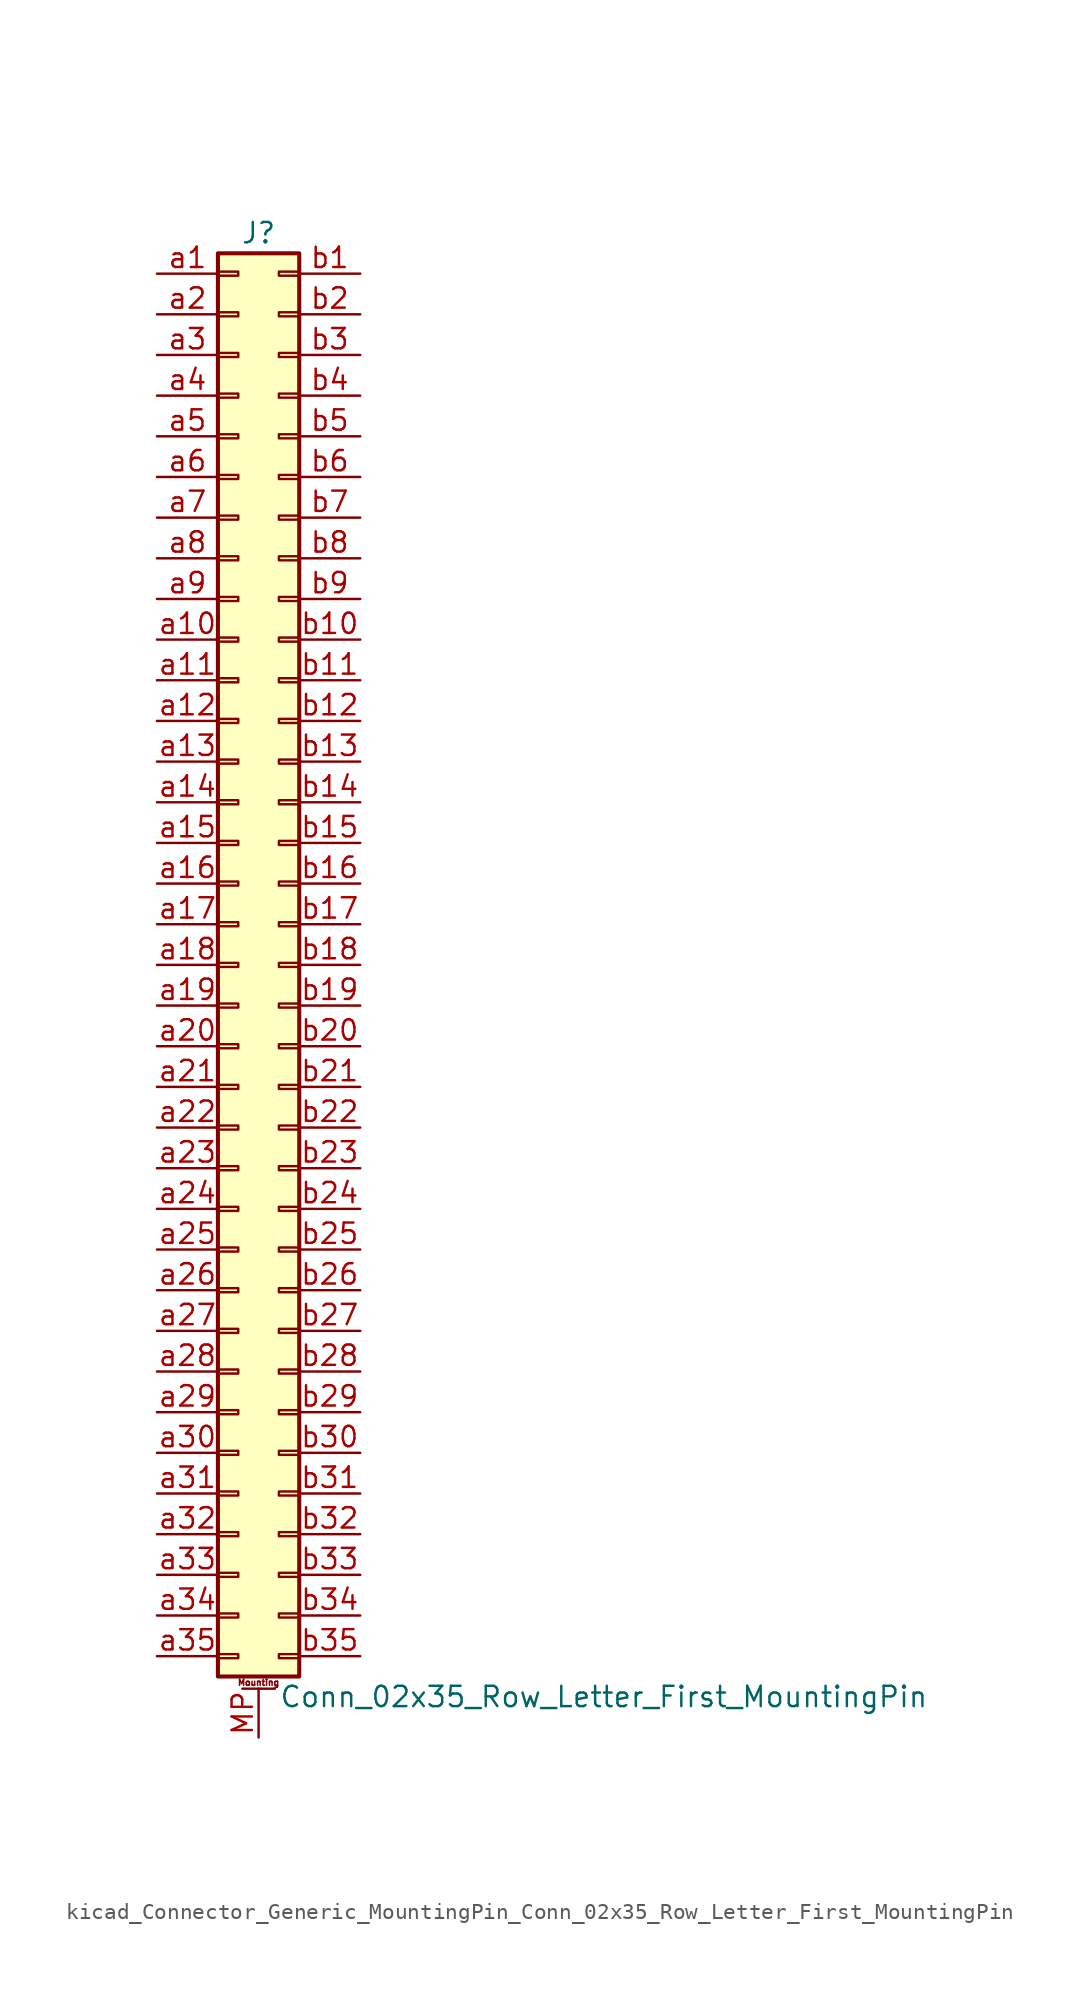
<source format=kicad_sym>
(kicad_symbol_lib
  (version 20220914)
  (generator kicad_symbol_editor)
  (symbol "kicad_Connector_Generic_MountingPin_Conn_02x35_Row_Letter_First_MountingPin"
    (pin_names
      (offset 1.016) hide)
    (property "Reference" "J"
      (at 1.27 45.72 0)
      (effects (font (size 1.27 1.27))))
    (property "Value" "Conn_02x35_Row_Letter_First_MountingPin"
      (at 2.54 -45.72 0)
      (effects (font (size 1.27 1.27)) (justify left)))
    (symbol "kicad_Connector_Generic_MountingPin_Conn_02x35_Row_Letter_First_MountingPin_1_1"
      (rectangle (start -1.27 -43.053) (end 0 -43.307) (stroke (width 0.152) (type default)) (fill (type none)))
      (rectangle (start -1.27 -40.513) (end 0 -40.767) (stroke (width 0.152) (type default)) (fill (type none)))
      (rectangle (start -1.27 -37.973) (end 0 -38.227) (stroke (width 0.152) (type default)) (fill (type none)))
      (rectangle (start -1.27 -35.433) (end 0 -35.687) (stroke (width 0.152) (type default)) (fill (type none)))
      (rectangle (start -1.27 -32.893) (end 0 -33.147) (stroke (width 0.152) (type default)) (fill (type none)))
      (rectangle (start -1.27 -30.353) (end 0 -30.607) (stroke (width 0.152) (type default)) (fill (type none)))
      (rectangle (start -1.27 -27.813) (end 0 -28.067) (stroke (width 0.152) (type default)) (fill (type none)))
      (rectangle (start -1.27 -25.273) (end 0 -25.527) (stroke (width 0.152) (type default)) (fill (type none)))
      (rectangle (start -1.27 -22.733) (end 0 -22.987) (stroke (width 0.152) (type default)) (fill (type none)))
      (rectangle (start -1.27 -20.193) (end 0 -20.447) (stroke (width 0.152) (type default)) (fill (type none)))
      (rectangle (start -1.27 -17.653) (end 0 -17.907) (stroke (width 0.152) (type default)) (fill (type none)))
      (rectangle (start -1.27 -15.113) (end 0 -15.367) (stroke (width 0.152) (type default)) (fill (type none)))
      (rectangle (start -1.27 -12.573) (end 0 -12.827) (stroke (width 0.152) (type default)) (fill (type none)))
      (rectangle (start -1.27 -10.033) (end 0 -10.287) (stroke (width 0.152) (type default)) (fill (type none)))
      (rectangle (start -1.27 -7.493) (end 0 -7.747) (stroke (width 0.152) (type default)) (fill (type none)))
      (rectangle (start -1.27 -4.953) (end 0 -5.207) (stroke (width 0.152) (type default)) (fill (type none)))
      (rectangle (start -1.27 -2.413) (end 0 -2.667) (stroke (width 0.152) (type default)) (fill (type none)))
      (rectangle (start -1.27 0.127) (end 0 -0.127) (stroke (width 0.152) (type default)) (fill (type none)))
      (rectangle (start -1.27 2.667) (end 0 2.413) (stroke (width 0.152) (type default)) (fill (type none)))
      (rectangle (start -1.27 5.207) (end 0 4.953) (stroke (width 0.152) (type default)) (fill (type none)))
      (rectangle (start -1.27 7.747) (end 0 7.493) (stroke (width 0.152) (type default)) (fill (type none)))
      (rectangle (start -1.27 10.287) (end 0 10.033) (stroke (width 0.152) (type default)) (fill (type none)))
      (rectangle (start -1.27 12.827) (end 0 12.573) (stroke (width 0.152) (type default)) (fill (type none)))
      (rectangle (start -1.27 15.367) (end 0 15.113) (stroke (width 0.152) (type default)) (fill (type none)))
      (rectangle (start -1.27 17.907) (end 0 17.653) (stroke (width 0.152) (type default)) (fill (type none)))
      (rectangle (start -1.27 20.447) (end 0 20.193) (stroke (width 0.152) (type default)) (fill (type none)))
      (rectangle (start -1.27 22.987) (end 0 22.733) (stroke (width 0.152) (type default)) (fill (type none)))
      (rectangle (start -1.27 25.527) (end 0 25.273) (stroke (width 0.152) (type default)) (fill (type none)))
      (rectangle (start -1.27 28.067) (end 0 27.813) (stroke (width 0.152) (type default)) (fill (type none)))
      (rectangle (start -1.27 30.607) (end 0 30.353) (stroke (width 0.152) (type default)) (fill (type none)))
      (rectangle (start -1.27 33.147) (end 0 32.893) (stroke (width 0.152) (type default)) (fill (type none)))
      (rectangle (start -1.27 35.687) (end 0 35.433) (stroke (width 0.152) (type default)) (fill (type none)))
      (rectangle (start -1.27 38.227) (end 0 37.973) (stroke (width 0.152) (type default)) (fill (type none)))
      (rectangle (start -1.27 40.767) (end 0 40.513) (stroke (width 0.152) (type default)) (fill (type none)))
      (rectangle (start -1.27 43.307) (end 0 43.053) (stroke (width 0.152) (type default)) (fill (type none)))
      (rectangle (start -1.27 44.45) (end 3.81 -44.45) (stroke (width 0.254) (type default)) (fill (type background)))
      (polyline (pts (xy 0.254 -45.212) (xy 2.286 -45.212)) (stroke (width 0.152) (type default)) (fill (type none)))
      (rectangle (start 3.81 -43.053) (end 2.54 -43.307) (stroke (width 0.152) (type default)) (fill (type none)))
      (rectangle (start 3.81 -40.513) (end 2.54 -40.767) (stroke (width 0.152) (type default)) (fill (type none)))
      (rectangle (start 3.81 -37.973) (end 2.54 -38.227) (stroke (width 0.152) (type default)) (fill (type none)))
      (rectangle (start 3.81 -35.433) (end 2.54 -35.687) (stroke (width 0.152) (type default)) (fill (type none)))
      (rectangle (start 3.81 -32.893) (end 2.54 -33.147) (stroke (width 0.152) (type default)) (fill (type none)))
      (rectangle (start 3.81 -30.353) (end 2.54 -30.607) (stroke (width 0.152) (type default)) (fill (type none)))
      (rectangle (start 3.81 -27.813) (end 2.54 -28.067) (stroke (width 0.152) (type default)) (fill (type none)))
      (rectangle (start 3.81 -25.273) (end 2.54 -25.527) (stroke (width 0.152) (type default)) (fill (type none)))
      (rectangle (start 3.81 -22.733) (end 2.54 -22.987) (stroke (width 0.152) (type default)) (fill (type none)))
      (rectangle (start 3.81 -20.193) (end 2.54 -20.447) (stroke (width 0.152) (type default)) (fill (type none)))
      (rectangle (start 3.81 -17.653) (end 2.54 -17.907) (stroke (width 0.152) (type default)) (fill (type none)))
      (rectangle (start 3.81 -15.113) (end 2.54 -15.367) (stroke (width 0.152) (type default)) (fill (type none)))
      (rectangle (start 3.81 -12.573) (end 2.54 -12.827) (stroke (width 0.152) (type default)) (fill (type none)))
      (rectangle (start 3.81 -10.033) (end 2.54 -10.287) (stroke (width 0.152) (type default)) (fill (type none)))
      (rectangle (start 3.81 -7.493) (end 2.54 -7.747) (stroke (width 0.152) (type default)) (fill (type none)))
      (rectangle (start 3.81 -4.953) (end 2.54 -5.207) (stroke (width 0.152) (type default)) (fill (type none)))
      (rectangle (start 3.81 -2.413) (end 2.54 -2.667) (stroke (width 0.152) (type default)) (fill (type none)))
      (rectangle (start 3.81 0.127) (end 2.54 -0.127) (stroke (width 0.152) (type default)) (fill (type none)))
      (rectangle (start 3.81 2.667) (end 2.54 2.413) (stroke (width 0.152) (type default)) (fill (type none)))
      (rectangle (start 3.81 5.207) (end 2.54 4.953) (stroke (width 0.152) (type default)) (fill (type none)))
      (rectangle (start 3.81 7.747) (end 2.54 7.493) (stroke (width 0.152) (type default)) (fill (type none)))
      (rectangle (start 3.81 10.287) (end 2.54 10.033) (stroke (width 0.152) (type default)) (fill (type none)))
      (rectangle (start 3.81 12.827) (end 2.54 12.573) (stroke (width 0.152) (type default)) (fill (type none)))
      (rectangle (start 3.81 15.367) (end 2.54 15.113) (stroke (width 0.152) (type default)) (fill (type none)))
      (rectangle (start 3.81 17.907) (end 2.54 17.653) (stroke (width 0.152) (type default)) (fill (type none)))
      (rectangle (start 3.81 20.447) (end 2.54 20.193) (stroke (width 0.152) (type default)) (fill (type none)))
      (rectangle (start 3.81 22.987) (end 2.54 22.733) (stroke (width 0.152) (type default)) (fill (type none)))
      (rectangle (start 3.81 25.527) (end 2.54 25.273) (stroke (width 0.152) (type default)) (fill (type none)))
      (rectangle (start 3.81 28.067) (end 2.54 27.813) (stroke (width 0.152) (type default)) (fill (type none)))
      (rectangle (start 3.81 30.607) (end 2.54 30.353) (stroke (width 0.152) (type default)) (fill (type none)))
      (rectangle (start 3.81 33.147) (end 2.54 32.893) (stroke (width 0.152) (type default)) (fill (type none)))
      (rectangle (start 3.81 35.687) (end 2.54 35.433) (stroke (width 0.152) (type default)) (fill (type none)))
      (rectangle (start 3.81 38.227) (end 2.54 37.973) (stroke (width 0.152) (type default)) (fill (type none)))
      (rectangle (start 3.81 40.767) (end 2.54 40.513) (stroke (width 0.152) (type default)) (fill (type none)))
      (rectangle (start 3.81 43.307) (end 2.54 43.053) (stroke (width 0.152) (type default)) (fill (type none)))
      (text "Mounting" (at 1.27 -44.831 0) (effects (font (size 0.381 0.381))))
      (pin passive line (at 1.27 -48.26 90) (length 3.048) (name "MountPin" (effects (font (size 1.27 1.27)))) (number "MP" (effects (font (size 1.27 1.27)))))
      (pin passive line (at -5.08 43.18 0) (length 3.81) (name "Pin_a1" (effects (font (size 1.27 1.27)))) (number "a1" (effects (font (size 1.27 1.27)))))
      (pin passive line (at -5.08 20.32 0) (length 3.81) (name "Pin_a10" (effects (font (size 1.27 1.27)))) (number "a10" (effects (font (size 1.27 1.27)))))
      (pin passive line (at -5.08 17.78 0) (length 3.81) (name "Pin_a11" (effects (font (size 1.27 1.27)))) (number "a11" (effects (font (size 1.27 1.27)))))
      (pin passive line (at -5.08 15.24 0) (length 3.81) (name "Pin_a12" (effects (font (size 1.27 1.27)))) (number "a12" (effects (font (size 1.27 1.27)))))
      (pin passive line (at -5.08 12.7 0) (length 3.81) (name "Pin_a13" (effects (font (size 1.27 1.27)))) (number "a13" (effects (font (size 1.27 1.27)))))
      (pin passive line (at -5.08 10.16 0) (length 3.81) (name "Pin_a14" (effects (font (size 1.27 1.27)))) (number "a14" (effects (font (size 1.27 1.27)))))
      (pin passive line (at -5.08 7.62 0) (length 3.81) (name "Pin_a15" (effects (font (size 1.27 1.27)))) (number "a15" (effects (font (size 1.27 1.27)))))
      (pin passive line (at -5.08 5.08 0) (length 3.81) (name "Pin_a16" (effects (font (size 1.27 1.27)))) (number "a16" (effects (font (size 1.27 1.27)))))
      (pin passive line (at -5.08 2.54 0) (length 3.81) (name "Pin_a17" (effects (font (size 1.27 1.27)))) (number "a17" (effects (font (size 1.27 1.27)))))
      (pin passive line (at -5.08 0 0) (length 3.81) (name "Pin_a18" (effects (font (size 1.27 1.27)))) (number "a18" (effects (font (size 1.27 1.27)))))
      (pin passive line (at -5.08 -2.54 0) (length 3.81) (name "Pin_a19" (effects (font (size 1.27 1.27)))) (number "a19" (effects (font (size 1.27 1.27)))))
      (pin passive line (at -5.08 40.64 0) (length 3.81) (name "Pin_a2" (effects (font (size 1.27 1.27)))) (number "a2" (effects (font (size 1.27 1.27)))))
      (pin passive line (at -5.08 -5.08 0) (length 3.81) (name "Pin_a20" (effects (font (size 1.27 1.27)))) (number "a20" (effects (font (size 1.27 1.27)))))
      (pin passive line (at -5.08 -7.62 0) (length 3.81) (name "Pin_a21" (effects (font (size 1.27 1.27)))) (number "a21" (effects (font (size 1.27 1.27)))))
      (pin passive line (at -5.08 -10.16 0) (length 3.81) (name "Pin_a22" (effects (font (size 1.27 1.27)))) (number "a22" (effects (font (size 1.27 1.27)))))
      (pin passive line (at -5.08 -12.7 0) (length 3.81) (name "Pin_a23" (effects (font (size 1.27 1.27)))) (number "a23" (effects (font (size 1.27 1.27)))))
      (pin passive line (at -5.08 -15.24 0) (length 3.81) (name "Pin_a24" (effects (font (size 1.27 1.27)))) (number "a24" (effects (font (size 1.27 1.27)))))
      (pin passive line (at -5.08 -17.78 0) (length 3.81) (name "Pin_a25" (effects (font (size 1.27 1.27)))) (number "a25" (effects (font (size 1.27 1.27)))))
      (pin passive line (at -5.08 -20.32 0) (length 3.81) (name "Pin_a26" (effects (font (size 1.27 1.27)))) (number "a26" (effects (font (size 1.27 1.27)))))
      (pin passive line (at -5.08 -22.86 0) (length 3.81) (name "Pin_a27" (effects (font (size 1.27 1.27)))) (number "a27" (effects (font (size 1.27 1.27)))))
      (pin passive line (at -5.08 -25.4 0) (length 3.81) (name "Pin_a28" (effects (font (size 1.27 1.27)))) (number "a28" (effects (font (size 1.27 1.27)))))
      (pin passive line (at -5.08 -27.94 0) (length 3.81) (name "Pin_a29" (effects (font (size 1.27 1.27)))) (number "a29" (effects (font (size 1.27 1.27)))))
      (pin passive line (at -5.08 38.1 0) (length 3.81) (name "Pin_a3" (effects (font (size 1.27 1.27)))) (number "a3" (effects (font (size 1.27 1.27)))))
      (pin passive line (at -5.08 -30.48 0) (length 3.81) (name "Pin_a30" (effects (font (size 1.27 1.27)))) (number "a30" (effects (font (size 1.27 1.27)))))
      (pin passive line (at -5.08 -33.02 0) (length 3.81) (name "Pin_a31" (effects (font (size 1.27 1.27)))) (number "a31" (effects (font (size 1.27 1.27)))))
      (pin passive line (at -5.08 -35.56 0) (length 3.81) (name "Pin_a32" (effects (font (size 1.27 1.27)))) (number "a32" (effects (font (size 1.27 1.27)))))
      (pin passive line (at -5.08 -38.1 0) (length 3.81) (name "Pin_a33" (effects (font (size 1.27 1.27)))) (number "a33" (effects (font (size 1.27 1.27)))))
      (pin passive line (at -5.08 -40.64 0) (length 3.81) (name "Pin_a34" (effects (font (size 1.27 1.27)))) (number "a34" (effects (font (size 1.27 1.27)))))
      (pin passive line (at -5.08 -43.18 0) (length 3.81) (name "Pin_a35" (effects (font (size 1.27 1.27)))) (number "a35" (effects (font (size 1.27 1.27)))))
      (pin passive line (at -5.08 35.56 0) (length 3.81) (name "Pin_a4" (effects (font (size 1.27 1.27)))) (number "a4" (effects (font (size 1.27 1.27)))))
      (pin passive line (at -5.08 33.02 0) (length 3.81) (name "Pin_a5" (effects (font (size 1.27 1.27)))) (number "a5" (effects (font (size 1.27 1.27)))))
      (pin passive line (at -5.08 30.48 0) (length 3.81) (name "Pin_a6" (effects (font (size 1.27 1.27)))) (number "a6" (effects (font (size 1.27 1.27)))))
      (pin passive line (at -5.08 27.94 0) (length 3.81) (name "Pin_a7" (effects (font (size 1.27 1.27)))) (number "a7" (effects (font (size 1.27 1.27)))))
      (pin passive line (at -5.08 25.4 0) (length 3.81) (name "Pin_a8" (effects (font (size 1.27 1.27)))) (number "a8" (effects (font (size 1.27 1.27)))))
      (pin passive line (at -5.08 22.86 0) (length 3.81) (name "Pin_a9" (effects (font (size 1.27 1.27)))) (number "a9" (effects (font (size 1.27 1.27)))))
      (pin passive line (at 7.62 43.18 180) (length 3.81) (name "Pin_b1" (effects (font (size 1.27 1.27)))) (number "b1" (effects (font (size 1.27 1.27)))))
      (pin passive line (at 7.62 20.32 180) (length 3.81) (name "Pin_b10" (effects (font (size 1.27 1.27)))) (number "b10" (effects (font (size 1.27 1.27)))))
      (pin passive line (at 7.62 17.78 180) (length 3.81) (name "Pin_b11" (effects (font (size 1.27 1.27)))) (number "b11" (effects (font (size 1.27 1.27)))))
      (pin passive line (at 7.62 15.24 180) (length 3.81) (name "Pin_b12" (effects (font (size 1.27 1.27)))) (number "b12" (effects (font (size 1.27 1.27)))))
      (pin passive line (at 7.62 12.7 180) (length 3.81) (name "Pin_b13" (effects (font (size 1.27 1.27)))) (number "b13" (effects (font (size 1.27 1.27)))))
      (pin passive line (at 7.62 10.16 180) (length 3.81) (name "Pin_b14" (effects (font (size 1.27 1.27)))) (number "b14" (effects (font (size 1.27 1.27)))))
      (pin passive line (at 7.62 7.62 180) (length 3.81) (name "Pin_b15" (effects (font (size 1.27 1.27)))) (number "b15" (effects (font (size 1.27 1.27)))))
      (pin passive line (at 7.62 5.08 180) (length 3.81) (name "Pin_b16" (effects (font (size 1.27 1.27)))) (number "b16" (effects (font (size 1.27 1.27)))))
      (pin passive line (at 7.62 2.54 180) (length 3.81) (name "Pin_b17" (effects (font (size 1.27 1.27)))) (number "b17" (effects (font (size 1.27 1.27)))))
      (pin passive line (at 7.62 0 180) (length 3.81) (name "Pin_b18" (effects (font (size 1.27 1.27)))) (number "b18" (effects (font (size 1.27 1.27)))))
      (pin passive line (at 7.62 -2.54 180) (length 3.81) (name "Pin_b19" (effects (font (size 1.27 1.27)))) (number "b19" (effects (font (size 1.27 1.27)))))
      (pin passive line (at 7.62 40.64 180) (length 3.81) (name "Pin_b2" (effects (font (size 1.27 1.27)))) (number "b2" (effects (font (size 1.27 1.27)))))
      (pin passive line (at 7.62 -5.08 180) (length 3.81) (name "Pin_b20" (effects (font (size 1.27 1.27)))) (number "b20" (effects (font (size 1.27 1.27)))))
      (pin passive line (at 7.62 -7.62 180) (length 3.81) (name "Pin_b21" (effects (font (size 1.27 1.27)))) (number "b21" (effects (font (size 1.27 1.27)))))
      (pin passive line (at 7.62 -10.16 180) (length 3.81) (name "Pin_b22" (effects (font (size 1.27 1.27)))) (number "b22" (effects (font (size 1.27 1.27)))))
      (pin passive line (at 7.62 -12.7 180) (length 3.81) (name "Pin_b23" (effects (font (size 1.27 1.27)))) (number "b23" (effects (font (size 1.27 1.27)))))
      (pin passive line (at 7.62 -15.24 180) (length 3.81) (name "Pin_b24" (effects (font (size 1.27 1.27)))) (number "b24" (effects (font (size 1.27 1.27)))))
      (pin passive line (at 7.62 -17.78 180) (length 3.81) (name "Pin_b25" (effects (font (size 1.27 1.27)))) (number "b25" (effects (font (size 1.27 1.27)))))
      (pin passive line (at 7.62 -20.32 180) (length 3.81) (name "Pin_b26" (effects (font (size 1.27 1.27)))) (number "b26" (effects (font (size 1.27 1.27)))))
      (pin passive line (at 7.62 -22.86 180) (length 3.81) (name "Pin_b27" (effects (font (size 1.27 1.27)))) (number "b27" (effects (font (size 1.27 1.27)))))
      (pin passive line (at 7.62 -25.4 180) (length 3.81) (name "Pin_b28" (effects (font (size 1.27 1.27)))) (number "b28" (effects (font (size 1.27 1.27)))))
      (pin passive line (at 7.62 -27.94 180) (length 3.81) (name "Pin_b29" (effects (font (size 1.27 1.27)))) (number "b29" (effects (font (size 1.27 1.27)))))
      (pin passive line (at 7.62 38.1 180) (length 3.81) (name "Pin_b3" (effects (font (size 1.27 1.27)))) (number "b3" (effects (font (size 1.27 1.27)))))
      (pin passive line (at 7.62 -30.48 180) (length 3.81) (name "Pin_b30" (effects (font (size 1.27 1.27)))) (number "b30" (effects (font (size 1.27 1.27)))))
      (pin passive line (at 7.62 -33.02 180) (length 3.81) (name "Pin_b31" (effects (font (size 1.27 1.27)))) (number "b31" (effects (font (size 1.27 1.27)))))
      (pin passive line (at 7.62 -35.56 180) (length 3.81) (name "Pin_b32" (effects (font (size 1.27 1.27)))) (number "b32" (effects (font (size 1.27 1.27)))))
      (pin passive line (at 7.62 -38.1 180) (length 3.81) (name "Pin_b33" (effects (font (size 1.27 1.27)))) (number "b33" (effects (font (size 1.27 1.27)))))
      (pin passive line (at 7.62 -40.64 180) (length 3.81) (name "Pin_b34" (effects (font (size 1.27 1.27)))) (number "b34" (effects (font (size 1.27 1.27)))))
      (pin passive line (at 7.62 -43.18 180) (length 3.81) (name "Pin_b35" (effects (font (size 1.27 1.27)))) (number "b35" (effects (font (size 1.27 1.27)))))
      (pin passive line (at 7.62 35.56 180) (length 3.81) (name "Pin_b4" (effects (font (size 1.27 1.27)))) (number "b4" (effects (font (size 1.27 1.27)))))
      (pin passive line (at 7.62 33.02 180) (length 3.81) (name "Pin_b5" (effects (font (size 1.27 1.27)))) (number "b5" (effects (font (size 1.27 1.27)))))
      (pin passive line (at 7.62 30.48 180) (length 3.81) (name "Pin_b6" (effects (font (size 1.27 1.27)))) (number "b6" (effects (font (size 1.27 1.27)))))
      (pin passive line (at 7.62 27.94 180) (length 3.81) (name "Pin_b7" (effects (font (size 1.27 1.27)))) (number "b7" (effects (font (size 1.27 1.27)))))
      (pin passive line (at 7.62 25.4 180) (length 3.81) (name "Pin_b8" (effects (font (size 1.27 1.27)))) (number "b8" (effects (font (size 1.27 1.27)))))
      (pin passive line (at 7.62 22.86 180) (length 3.81) (name "Pin_b9" (effects (font (size 1.27 1.27)))) (number "b9" (effects (font (size 1.27 1.27))))))))
</source>
